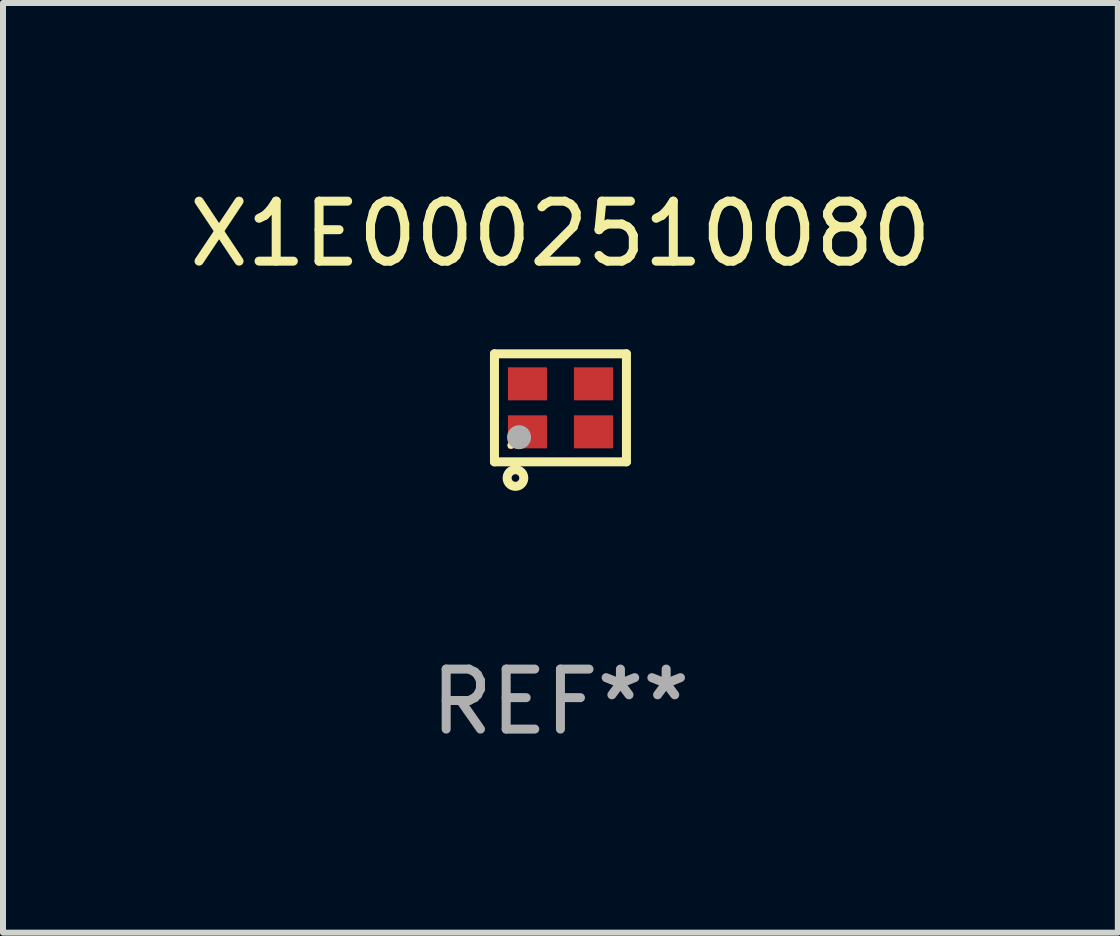
<source format=kicad_pcb>
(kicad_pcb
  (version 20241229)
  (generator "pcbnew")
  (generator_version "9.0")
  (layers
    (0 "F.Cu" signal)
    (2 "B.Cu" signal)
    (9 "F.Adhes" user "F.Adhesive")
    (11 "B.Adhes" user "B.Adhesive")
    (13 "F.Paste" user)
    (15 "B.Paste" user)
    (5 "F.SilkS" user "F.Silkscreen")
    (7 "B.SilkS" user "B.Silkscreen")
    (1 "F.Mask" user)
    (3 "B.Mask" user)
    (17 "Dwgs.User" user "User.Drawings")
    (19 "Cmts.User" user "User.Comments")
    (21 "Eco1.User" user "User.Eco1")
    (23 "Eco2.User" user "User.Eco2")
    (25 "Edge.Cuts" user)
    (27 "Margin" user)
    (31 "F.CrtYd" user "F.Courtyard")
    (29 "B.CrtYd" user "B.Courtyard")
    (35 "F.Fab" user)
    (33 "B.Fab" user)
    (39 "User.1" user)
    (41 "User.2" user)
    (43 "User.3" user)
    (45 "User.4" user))
  (footprint "X1E0002510080"
    (layer "F.Cu")
    (at 6.292 3.748)
    (property "Reference" "X1E0002510080" (at 0 -2.9 0) (layer "F.SilkS") (effects (font (size 1 1) (thickness 0.15))))
    (attr through_hole)
    (fp_line (start -1.1 -0.9) (end -1.1 0.9) (stroke (width 0.15) (type solid)) (layer "F.SilkS"))
    (fp_line (start -1.1 -0.9) (end 1.1 -0.9) (stroke (width 0.15) (type solid)) (layer "F.SilkS"))
    (fp_line (start -1.1 0.9) (end 1.1 0.9) (stroke (width 0.15) (type solid)) (layer "F.SilkS"))
    (fp_line (start 1.1 -0.9) (end 1.1 0.9) (stroke (width 0.15) (type solid)) (layer "F.SilkS"))
    (fp_circle (center -0.825 0.625) (end -0.795 0.625) (stroke (width 0.06) (type solid)) (fill no) (layer "F.SilkS"))
    (fp_circle (center -0.75 1.17) (end -0.686 1.17) (stroke (width 0.15) (type solid)) (fill no) (layer "F.SilkS"))
    (fp_circle (center -0.69 0.49) (end -0.59 0.49) (stroke (width 0.2) (type solid)) (fill no) (layer "F.Fab"))
    (fp_text user "REF**" (at 0 4.9 0) (layer "F.Fab") (effects (font (size 1 1) (thickness 0.15))))
    (pad "1" smd rect (at -0.55 0.4) (size 0.65 0.55) (layers "F.Cu" "F.Mask" "F.Paste"))
    (pad "2" smd rect (at 0.55 0.4) (size 0.65 0.55) (layers "F.Cu" "F.Mask" "F.Paste"))
    (pad "3" smd rect (at 0.55 -0.4) (size 0.65 0.55) (layers "F.Cu" "F.Mask" "F.Paste"))
    (pad "4" smd rect (at -0.55 -0.4) (size 0.65 0.55) (layers "F.Cu" "F.Mask" "F.Paste")))
  (gr_rect
    (start -3 -3)
    (end 15.583 12.496)
    (stroke (width 0.1) (type default))
    (fill no)
    (layer "Edge.Cuts")))
</source>
